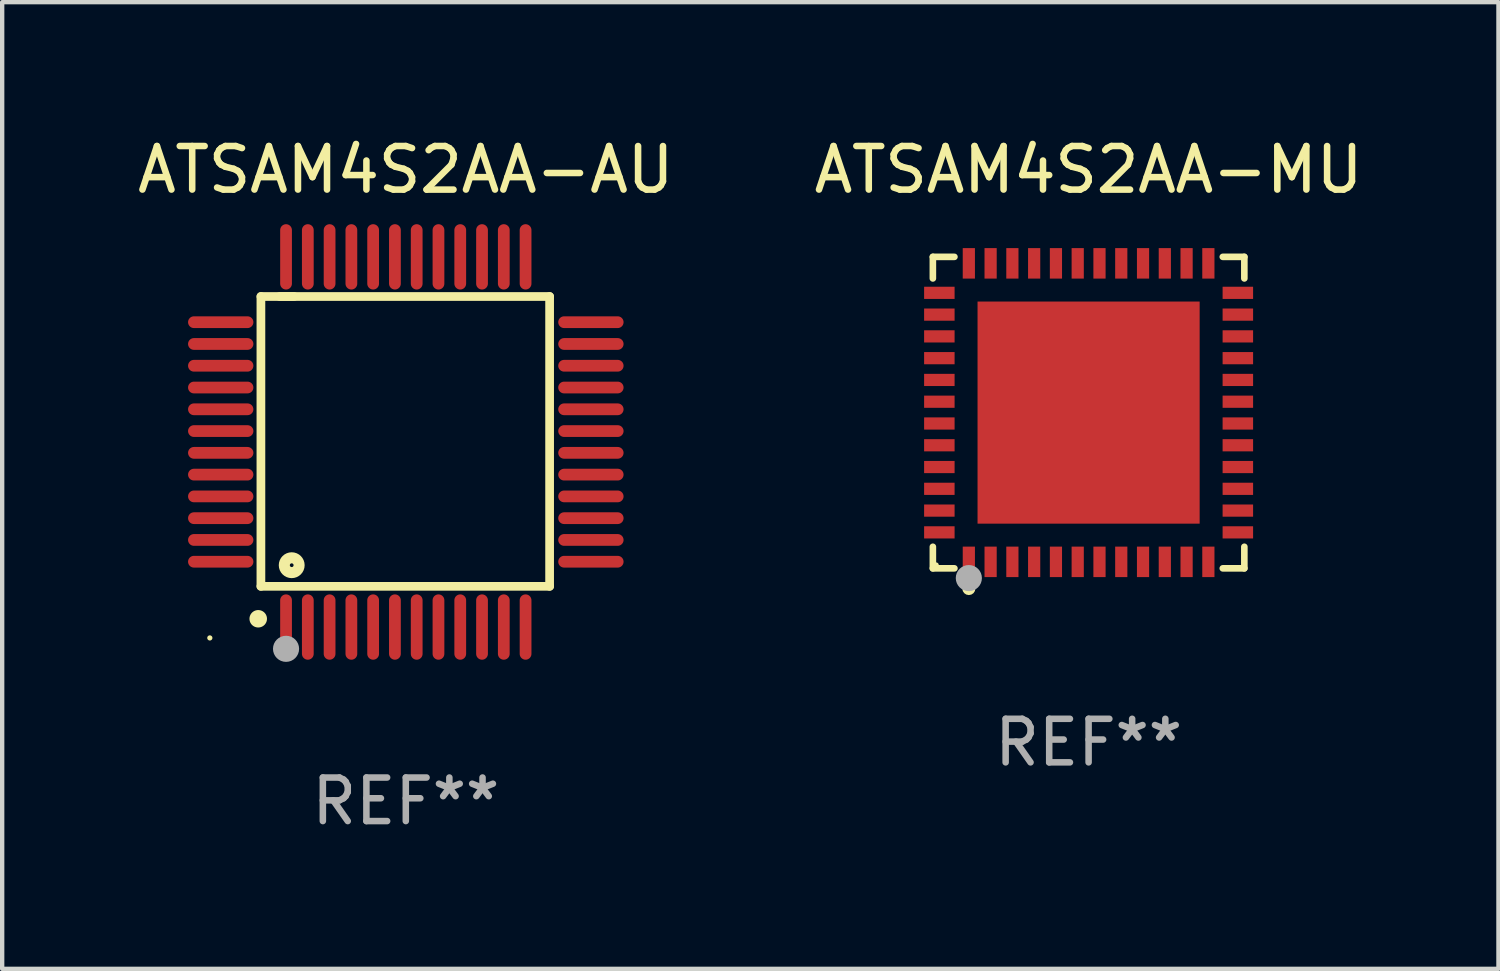
<source format=kicad_pcb>
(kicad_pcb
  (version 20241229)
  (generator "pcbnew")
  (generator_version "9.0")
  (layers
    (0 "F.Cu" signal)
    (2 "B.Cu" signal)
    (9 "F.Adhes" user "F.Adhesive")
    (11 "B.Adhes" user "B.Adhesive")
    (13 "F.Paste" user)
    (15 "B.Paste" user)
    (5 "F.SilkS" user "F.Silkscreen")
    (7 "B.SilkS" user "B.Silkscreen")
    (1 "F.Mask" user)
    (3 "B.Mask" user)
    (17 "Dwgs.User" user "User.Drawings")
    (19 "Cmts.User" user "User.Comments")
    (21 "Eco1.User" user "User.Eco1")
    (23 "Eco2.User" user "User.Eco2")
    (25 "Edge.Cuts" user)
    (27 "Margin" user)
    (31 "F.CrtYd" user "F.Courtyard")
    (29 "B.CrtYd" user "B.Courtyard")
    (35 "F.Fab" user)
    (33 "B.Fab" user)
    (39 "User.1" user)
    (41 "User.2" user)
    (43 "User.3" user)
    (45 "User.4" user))
  (footprint "ATSAM4S2AA-AU"
    (layer "F.Cu")
    (at 6.268 7.098)
    (property "Reference" "ATSAM4S2AA-AU" (at 0 -6.25 0) (layer "F.SilkS") (effects (font (size 1 1) (thickness 0.15))))
    (attr through_hole)
    (fp_line (start -3.327 -3.34) (end -2.565 -3.34) (stroke (width 0.2) (type solid)) (layer "F.SilkS"))
    (fp_line (start -3.327 3.315) (end -3.327 -3.34) (stroke (width 0.2) (type solid)) (layer "F.SilkS"))
    (fp_line (start -2.896 -3.34) (end 3.302 -3.34) (stroke (width 0.2) (type solid)) (layer "F.SilkS"))
    (fp_line (start 3.302 -3.34) (end 3.302 3.315) (stroke (width 0.2) (type solid)) (layer "F.SilkS"))
    (fp_line (start 3.302 3.315) (end -3.327 3.315) (stroke (width 0.2) (type solid)) (layer "F.SilkS"))
    (fp_arc (start -3.389992 4.059995) (mid -3.388722 4.059991) (end -3.387452 4.059995) (stroke (width 0.4) (type solid)) (layer "F.SilkS"))
    (fp_circle (center -4.5 4.5) (end -4.47 4.5) (stroke (width 0.06) (type solid)) (fill no) (layer "F.SilkS"))
    (fp_circle (center -2.62 2.83) (end -2.45 2.83) (stroke (width 0.254) (type solid)) (fill no) (layer "F.SilkS"))
    (fp_circle (center -2.75 4.75) (end -2.6 4.75) (stroke (width 0.3) (type solid)) (fill no) (layer "F.Fab"))
    (fp_text user "REF**" (at 0 8.25 0) (layer "F.Fab") (effects (font (size 1 1) (thickness 0.15))))
    (pad "1" smd oval (at -2.75 4.25) (size 0.27 1.5) (layers "F.Cu" "F.Mask" "F.Paste"))
    (pad "2" smd oval (at -2.25 4.25) (size 0.27 1.5) (layers "F.Cu" "F.Mask" "F.Paste"))
    (pad "3" smd oval (at -1.75 4.25) (size 0.27 1.5) (layers "F.Cu" "F.Mask" "F.Paste"))
    (pad "4" smd oval (at -1.25 4.25) (size 0.27 1.5) (layers "F.Cu" "F.Mask" "F.Paste"))
    (pad "5" smd oval (at -0.75 4.25) (size 0.27 1.5) (layers "F.Cu" "F.Mask" "F.Paste"))
    (pad "6" smd oval (at -0.25 4.25) (size 0.27 1.5) (layers "F.Cu" "F.Mask" "F.Paste"))
    (pad "7" smd oval (at 0.25 4.25) (size 0.27 1.5) (layers "F.Cu" "F.Mask" "F.Paste"))
    (pad "8" smd oval (at 0.75 4.25) (size 0.27 1.5) (layers "F.Cu" "F.Mask" "F.Paste"))
    (pad "9" smd oval (at 1.25 4.25) (size 0.27 1.5) (layers "F.Cu" "F.Mask" "F.Paste"))
    (pad "10" smd oval (at 1.75 4.25) (size 0.27 1.5) (layers "F.Cu" "F.Mask" "F.Paste"))
    (pad "11" smd oval (at 2.25 4.25) (size 0.27 1.5) (layers "F.Cu" "F.Mask" "F.Paste"))
    (pad "12" smd oval (at 2.75 4.25) (size 0.27 1.5) (layers "F.Cu" "F.Mask" "F.Paste"))
    (pad "13" smd oval (at 4.25 2.75) (size 1.5 0.27) (layers "F.Cu" "F.Mask" "F.Paste"))
    (pad "14" smd oval (at 4.25 2.25) (size 1.5 0.27) (layers "F.Cu" "F.Mask" "F.Paste"))
    (pad "15" smd oval (at 4.25 1.75) (size 1.5 0.27) (layers "F.Cu" "F.Mask" "F.Paste"))
    (pad "16" smd oval (at 4.25 1.25) (size 1.5 0.27) (layers "F.Cu" "F.Mask" "F.Paste"))
    (pad "17" smd oval (at 4.25 0.75) (size 1.5 0.27) (layers "F.Cu" "F.Mask" "F.Paste"))
    (pad "18" smd oval (at 4.25 0.25) (size 1.5 0.27) (layers "F.Cu" "F.Mask" "F.Paste"))
    (pad "19" smd oval (at 4.25 -0.25) (size 1.5 0.27) (layers "F.Cu" "F.Mask" "F.Paste"))
    (pad "20" smd oval (at 4.25 -0.75) (size 1.5 0.27) (layers "F.Cu" "F.Mask" "F.Paste"))
    (pad "21" smd oval (at 4.25 -1.25) (size 1.5 0.27) (layers "F.Cu" "F.Mask" "F.Paste"))
    (pad "22" smd oval (at 4.25 -1.75) (size 1.5 0.27) (layers "F.Cu" "F.Mask" "F.Paste"))
    (pad "23" smd oval (at 4.25 -2.25) (size 1.5 0.27) (layers "F.Cu" "F.Mask" "F.Paste"))
    (pad "24" smd oval (at 4.25 -2.75) (size 1.5 0.27) (layers "F.Cu" "F.Mask" "F.Paste"))
    (pad "25" smd oval (at 2.75 -4.25) (size 0.27 1.5) (layers "F.Cu" "F.Mask" "F.Paste"))
    (pad "26" smd oval (at 2.25 -4.25) (size 0.27 1.5) (layers "F.Cu" "F.Mask" "F.Paste"))
    (pad "27" smd oval (at 1.75 -4.25) (size 0.27 1.5) (layers "F.Cu" "F.Mask" "F.Paste"))
    (pad "28" smd oval (at 1.25 -4.25) (size 0.27 1.5) (layers "F.Cu" "F.Mask" "F.Paste"))
    (pad "29" smd oval (at 0.75 -4.25) (size 0.27 1.5) (layers "F.Cu" "F.Mask" "F.Paste"))
    (pad "30" smd oval (at 0.25 -4.25) (size 0.27 1.5) (layers "F.Cu" "F.Mask" "F.Paste"))
    (pad "31" smd oval (at -0.25 -4.25) (size 0.27 1.5) (layers "F.Cu" "F.Mask" "F.Paste"))
    (pad "32" smd oval (at -0.75 -4.25) (size 0.27 1.5) (layers "F.Cu" "F.Mask" "F.Paste"))
    (pad "33" smd oval (at -1.25 -4.25) (size 0.27 1.5) (layers "F.Cu" "F.Mask" "F.Paste"))
    (pad "34" smd oval (at -1.75 -4.25) (size 0.27 1.5) (layers "F.Cu" "F.Mask" "F.Paste"))
    (pad "35" smd oval (at -2.25 -4.25) (size 0.27 1.5) (layers "F.Cu" "F.Mask" "F.Paste"))
    (pad "36" smd oval (at -2.75 -4.25) (size 0.27 1.5) (layers "F.Cu" "F.Mask" "F.Paste"))
    (pad "37" smd oval (at -4.25 -2.75) (size 1.5 0.27) (layers "F.Cu" "F.Mask" "F.Paste"))
    (pad "38" smd oval (at -4.25 -2.25) (size 1.5 0.27) (layers "F.Cu" "F.Mask" "F.Paste"))
    (pad "39" smd oval (at -4.25 -1.75) (size 1.5 0.27) (layers "F.Cu" "F.Mask" "F.Paste"))
    (pad "40" smd oval (at -4.25 -1.25) (size 1.5 0.27) (layers "F.Cu" "F.Mask" "F.Paste"))
    (pad "41" smd oval (at -4.25 -0.75) (size 1.5 0.27) (layers "F.Cu" "F.Mask" "F.Paste"))
    (pad "42" smd oval (at -4.25 -0.25) (size 1.5 0.27) (layers "F.Cu" "F.Mask" "F.Paste"))
    (pad "43" smd oval (at -4.25 0.25) (size 1.5 0.27) (layers "F.Cu" "F.Mask" "F.Paste"))
    (pad "44" smd oval (at -4.25 0.75) (size 1.5 0.27) (layers "F.Cu" "F.Mask" "F.Paste"))
    (pad "45" smd oval (at -4.25 1.25) (size 1.5 0.27) (layers "F.Cu" "F.Mask" "F.Paste"))
    (pad "46" smd oval (at -4.25 1.75) (size 1.5 0.27) (layers "F.Cu" "F.Mask" "F.Paste"))
    (pad "47" smd oval (at -4.25 2.25) (size 1.5 0.27) (layers "F.Cu" "F.Mask" "F.Paste"))
    (pad "48" smd oval (at -4.25 2.75) (size 1.5 0.27) (layers "F.Cu" "F.Mask" "F.Paste")))
  (footprint "ATSAM4S2AA-MU"
    (layer "F.Cu")
    (at 21.946 6.424)
    (property "Reference" "ATSAM4S2AA-MU" (at 0 -5.576 0) (layer "F.SilkS") (effects (font (size 1 1) (thickness 0.15))))
    (attr through_hole)
    (fp_line (start -3.576 -3.576) (end -3.081 -3.576) (stroke (width 0.152) (type solid)) (layer "F.SilkS"))
    (fp_line (start -3.576 -3.081) (end -3.576 -3.576) (stroke (width 0.152) (type solid)) (layer "F.SilkS"))
    (fp_line (start -3.576 3.081) (end -3.576 3.576) (stroke (width 0.152) (type solid)) (layer "F.SilkS"))
    (fp_line (start -3.576 3.576) (end -3.081 3.576) (stroke (width 0.152) (type solid)) (layer "F.SilkS"))
    (fp_line (start 3.576 -3.576) (end 3.081 -3.576) (stroke (width 0.152) (type solid)) (layer "F.SilkS"))
    (fp_line (start 3.576 -3.081) (end 3.576 -3.576) (stroke (width 0.152) (type solid)) (layer "F.SilkS"))
    (fp_line (start 3.576 3.081) (end 3.576 3.576) (stroke (width 0.152) (type solid)) (layer "F.SilkS"))
    (fp_line (start 3.576 3.576) (end 3.081 3.576) (stroke (width 0.152) (type solid)) (layer "F.SilkS"))
    (fp_circle (center -3.5 3.5) (end -3.47 3.5) (stroke (width 0.06) (type solid)) (fill no) (layer "F.SilkS"))
    (fp_circle (center -2.75 4.04) (end -2.675 4.04) (stroke (width 0.15) (type solid)) (fill no) (layer "F.SilkS"))
    (fp_circle (center -2.75 3.8) (end -2.6 3.8) (stroke (width 0.3) (type solid)) (fill no) (layer "F.Fab"))
    (fp_text user "REF**" (at 0 7.576 0) (layer "F.Fab") (effects (font (size 1 1) (thickness 0.15))))
    (pad "1" smd rect (at -2.75 3.427) (size 0.28 0.7) (layers "F.Cu" "F.Mask" "F.Paste"))
    (pad "2" smd rect (at -2.25 3.427) (size 0.28 0.7) (layers "F.Cu" "F.Mask" "F.Paste"))
    (pad "3" smd rect (at -1.75 3.427) (size 0.28 0.7) (layers "F.Cu" "F.Mask" "F.Paste"))
    (pad "4" smd rect (at -1.25 3.427) (size 0.28 0.7) (layers "F.Cu" "F.Mask" "F.Paste"))
    (pad "5" smd rect (at -0.75 3.427) (size 0.28 0.7) (layers "F.Cu" "F.Mask" "F.Paste"))
    (pad "6" smd rect (at -0.25 3.427) (size 0.28 0.7) (layers "F.Cu" "F.Mask" "F.Paste"))
    (pad "7" smd rect (at 0.25 3.427) (size 0.28 0.7) (layers "F.Cu" "F.Mask" "F.Paste"))
    (pad "8" smd rect (at 0.75 3.427) (size 0.28 0.7) (layers "F.Cu" "F.Mask" "F.Paste"))
    (pad "9" smd rect (at 1.25 3.427) (size 0.28 0.7) (layers "F.Cu" "F.Mask" "F.Paste"))
    (pad "10" smd rect (at 1.75 3.427) (size 0.28 0.7) (layers "F.Cu" "F.Mask" "F.Paste"))
    (pad "11" smd rect (at 2.25 3.427) (size 0.28 0.7) (layers "F.Cu" "F.Mask" "F.Paste"))
    (pad "12" smd rect (at 2.75 3.427) (size 0.28 0.7) (layers "F.Cu" "F.Mask" "F.Paste"))
    (pad "13" smd rect (at 3.427 2.75) (size 0.7 0.28) (layers "F.Cu" "F.Mask" "F.Paste"))
    (pad "14" smd rect (at 3.427 2.25) (size 0.7 0.28) (layers "F.Cu" "F.Mask" "F.Paste"))
    (pad "15" smd rect (at 3.427 1.75) (size 0.7 0.28) (layers "F.Cu" "F.Mask" "F.Paste"))
    (pad "16" smd rect (at 3.427 1.25) (size 0.7 0.28) (layers "F.Cu" "F.Mask" "F.Paste"))
    (pad "17" smd rect (at 3.427 0.75) (size 0.7 0.28) (layers "F.Cu" "F.Mask" "F.Paste"))
    (pad "18" smd rect (at 3.427 0.25) (size 0.7 0.28) (layers "F.Cu" "F.Mask" "F.Paste"))
    (pad "19" smd rect (at 3.427 -0.25) (size 0.7 0.28) (layers "F.Cu" "F.Mask" "F.Paste"))
    (pad "20" smd rect (at 3.427 -0.75) (size 0.7 0.28) (layers "F.Cu" "F.Mask" "F.Paste"))
    (pad "21" smd rect (at 3.427 -1.25) (size 0.7 0.28) (layers "F.Cu" "F.Mask" "F.Paste"))
    (pad "22" smd rect (at 3.427 -1.75) (size 0.7 0.28) (layers "F.Cu" "F.Mask" "F.Paste"))
    (pad "23" smd rect (at 3.427 -2.25) (size 0.7 0.28) (layers "F.Cu" "F.Mask" "F.Paste"))
    (pad "24" smd rect (at 3.427 -2.75) (size 0.7 0.28) (layers "F.Cu" "F.Mask" "F.Paste"))
    (pad "25" smd rect (at 2.75 -3.427) (size 0.28 0.7) (layers "F.Cu" "F.Mask" "F.Paste"))
    (pad "26" smd rect (at 2.25 -3.427) (size 0.28 0.7) (layers "F.Cu" "F.Mask" "F.Paste"))
    (pad "27" smd rect (at 1.75 -3.427) (size 0.28 0.7) (layers "F.Cu" "F.Mask" "F.Paste"))
    (pad "28" smd rect (at 1.25 -3.427) (size 0.28 0.7) (layers "F.Cu" "F.Mask" "F.Paste"))
    (pad "29" smd rect (at 0.75 -3.427) (size 0.28 0.7) (layers "F.Cu" "F.Mask" "F.Paste"))
    (pad "30" smd rect (at 0.25 -3.427) (size 0.28 0.7) (layers "F.Cu" "F.Mask" "F.Paste"))
    (pad "31" smd rect (at -0.25 -3.427) (size 0.28 0.7) (layers "F.Cu" "F.Mask" "F.Paste"))
    (pad "32" smd rect (at -0.75 -3.427) (size 0.28 0.7) (layers "F.Cu" "F.Mask" "F.Paste"))
    (pad "33" smd rect (at -1.25 -3.427) (size 0.28 0.7) (layers "F.Cu" "F.Mask" "F.Paste"))
    (pad "34" smd rect (at -1.75 -3.427) (size 0.28 0.7) (layers "F.Cu" "F.Mask" "F.Paste"))
    (pad "35" smd rect (at -2.25 -3.427) (size 0.28 0.7) (layers "F.Cu" "F.Mask" "F.Paste"))
    (pad "36" smd rect (at -2.75 -3.427) (size 0.28 0.7) (layers "F.Cu" "F.Mask" "F.Paste"))
    (pad "37" smd rect (at -3.427 -2.75) (size 0.7 0.28) (layers "F.Cu" "F.Mask" "F.Paste"))
    (pad "38" smd rect (at -3.427 -2.25) (size 0.7 0.28) (layers "F.Cu" "F.Mask" "F.Paste"))
    (pad "39" smd rect (at -3.427 -1.75) (size 0.7 0.28) (layers "F.Cu" "F.Mask" "F.Paste"))
    (pad "40" smd rect (at -3.427 -1.25) (size 0.7 0.28) (layers "F.Cu" "F.Mask" "F.Paste"))
    (pad "41" smd rect (at -3.427 -0.75) (size 0.7 0.28) (layers "F.Cu" "F.Mask" "F.Paste"))
    (pad "42" smd rect (at -3.427 -0.25) (size 0.7 0.28) (layers "F.Cu" "F.Mask" "F.Paste"))
    (pad "43" smd rect (at -3.427 0.25) (size 0.7 0.28) (layers "F.Cu" "F.Mask" "F.Paste"))
    (pad "44" smd rect (at -3.427 0.75) (size 0.7 0.28) (layers "F.Cu" "F.Mask" "F.Paste"))
    (pad "45" smd rect (at -3.427 1.25) (size 0.7 0.28) (layers "F.Cu" "F.Mask" "F.Paste"))
    (pad "46" smd rect (at -3.427 1.75) (size 0.7 0.28) (layers "F.Cu" "F.Mask" "F.Paste"))
    (pad "47" smd rect (at -3.427 2.25) (size 0.7 0.28) (layers "F.Cu" "F.Mask" "F.Paste"))
    (pad "48" smd rect (at -3.427 2.75) (size 0.7 0.28) (layers "F.Cu" "F.Mask" "F.Paste"))
    (pad "49" smd rect (at 0 0) (size 5.1 5.1) (layers "F.Cu" "F.Mask" "F.Paste")))
  (gr_rect
    (start -3 -3)
    (end 31.357 19.196)
    (stroke (width 0.1) (type default))
    (fill no)
    (layer "Edge.Cuts")))
</source>
